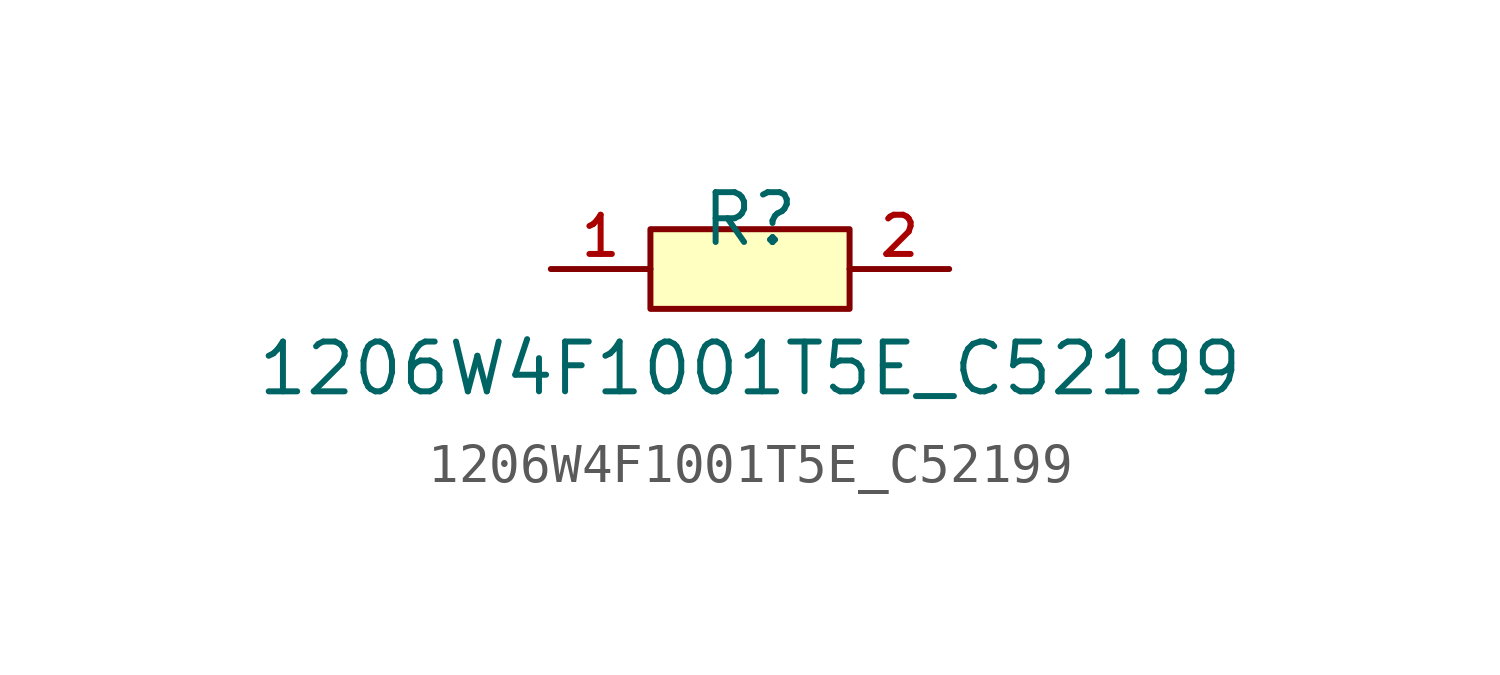
<source format=kicad_sym>
(kicad_symbol_lib
  (version 20210201)
  (generator TousstNicolas/JLC2KiCad_lib)
  (symbol "1206W4F1001T5E_C52199"
    (pin_names hide)
    (property "Reference" "R"
      (at 0 1.27 0)
      (effects (font (size 1.27 1.27))))
    (property "Value" "1206W4F1001T5E_C52199"
      (at 0 -2.54 0)
      (effects (font (size 1.27 1.27))))
    (symbol "1206W4F1001T5E_C52199_0_1"
      (rectangle (start -2.54 1.016) (end 2.54 -1.016) (stroke (width 0) (type default) (color 0 0 0 0)) (fill (type background)))
      (pin unspecified line (at -5.08 -0.0 0) (length 2.54) (name "1" (effects (font (size 1 1)))) (number "1" (effects (font (size 1 1)))))
      (pin unspecified line (at 5.08 -0.0 180) (length 2.54) (name "2" (effects (font (size 1 1)))) (number "2" (effects (font (size 1 1))))))))
</source>
